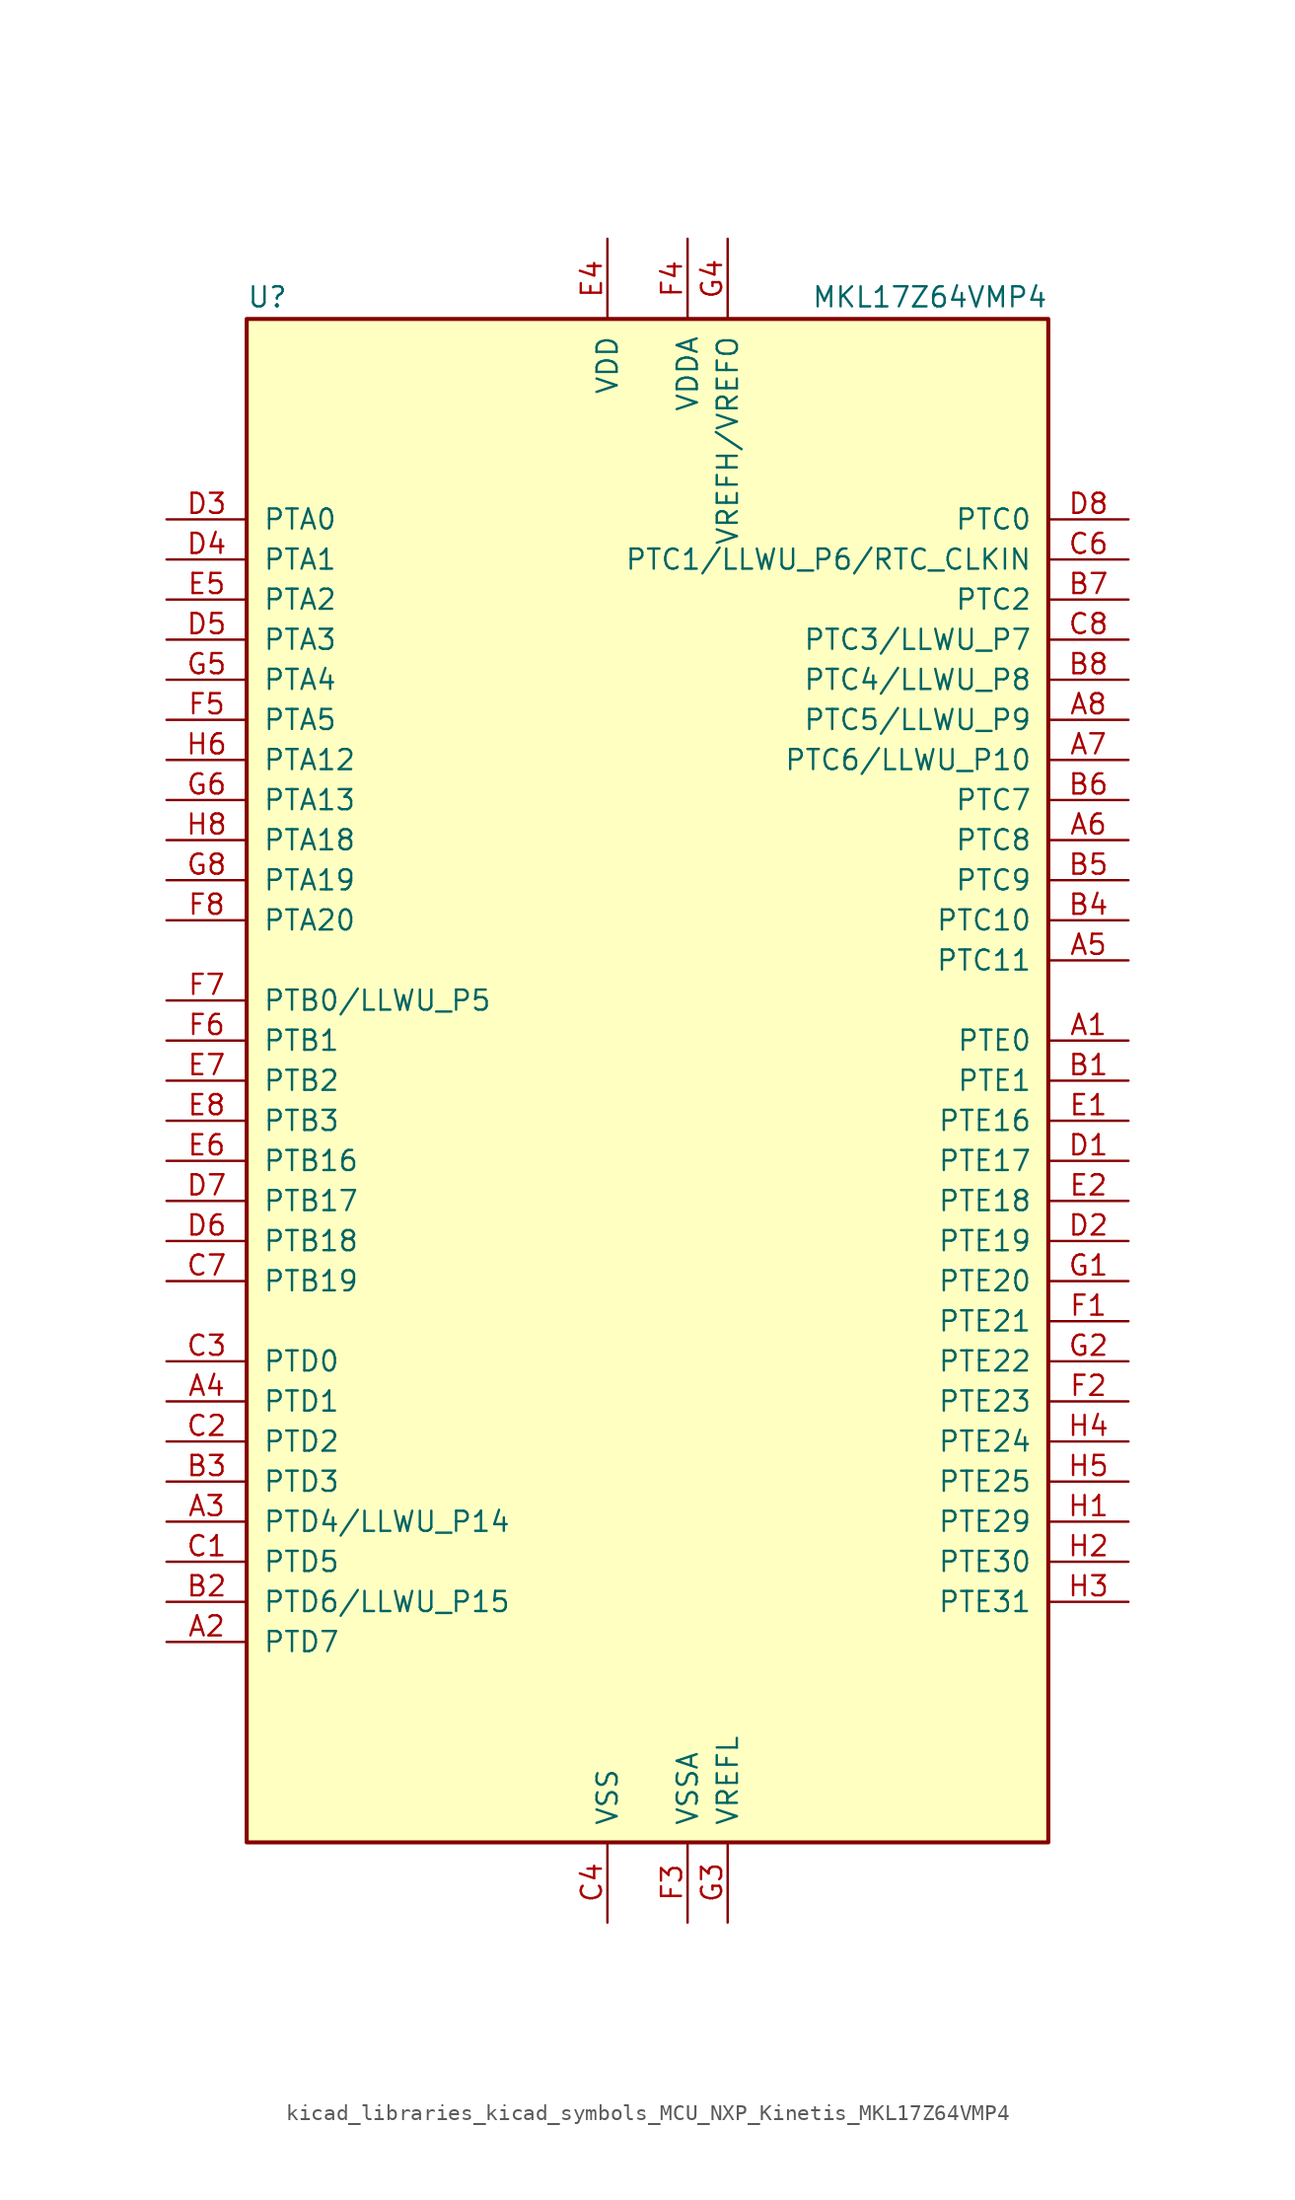
<source format=kicad_sym>
(kicad_symbol_lib
  (version 20220914)
  (generator kicad_symbol_editor)
  (symbol "kicad_libraries_kicad_symbols_MCU_NXP_Kinetis_MKL17Z64VMP4"
    (pin_names
      (offset 1.016))
    (property "Reference" "U"
      (at -25.4 48.895 0)
      (effects (font (size 1.27 1.27)) (justify left bottom)))
    (property "Value" "MKL17Z64VMP4"
      (at 25.4 48.895 0)
      (effects (font (size 1.27 1.27)) (justify right bottom)))
    (symbol "kicad_libraries_kicad_symbols_MCU_NXP_Kinetis_MKL17Z64VMP4_0_1"
      (rectangle (start -25.4 48.26) (end 25.4 -48.26) (stroke (width 0.254) (type default)) (fill (type background))))
    (symbol "kicad_libraries_kicad_symbols_MCU_NXP_Kinetis_MKL17Z64VMP4_1_1"
      (pin bidirectional line (at 30.48 2.54 180) (length 5.08) (name "PTE0" (effects (font (size 1.27 1.27)))) (number "A1" (effects (font (size 1.27 1.27)))))
      (pin bidirectional line (at -30.48 -35.56 0) (length 5.08) (name "PTD7" (effects (font (size 1.27 1.27)))) (number "A2" (effects (font (size 1.27 1.27)))))
      (pin bidirectional line (at -30.48 -27.94 0) (length 5.08) (name "PTD4/LLWU_P14" (effects (font (size 1.27 1.27)))) (number "A3" (effects (font (size 1.27 1.27)))))
      (pin bidirectional line (at -30.48 -20.32 0) (length 5.08) (name "PTD1" (effects (font (size 1.27 1.27)))) (number "A4" (effects (font (size 1.27 1.27)))))
      (pin bidirectional line (at 30.48 7.62 180) (length 5.08) (name "PTC11" (effects (font (size 1.27 1.27)))) (number "A5" (effects (font (size 1.27 1.27)))))
      (pin bidirectional line (at 30.48 15.24 180) (length 5.08) (name "PTC8" (effects (font (size 1.27 1.27)))) (number "A6" (effects (font (size 1.27 1.27)))))
      (pin bidirectional line (at 30.48 20.32 180) (length 5.08) (name "PTC6/LLWU_P10" (effects (font (size 1.27 1.27)))) (number "A7" (effects (font (size 1.27 1.27)))))
      (pin bidirectional line (at 30.48 22.86 180) (length 5.08) (name "PTC5/LLWU_P9" (effects (font (size 1.27 1.27)))) (number "A8" (effects (font (size 1.27 1.27)))))
      (pin bidirectional line (at 30.48 0 180) (length 5.08) (name "PTE1" (effects (font (size 1.27 1.27)))) (number "B1" (effects (font (size 1.27 1.27)))))
      (pin bidirectional line (at -30.48 -33.02 0) (length 5.08) (name "PTD6/LLWU_P15" (effects (font (size 1.27 1.27)))) (number "B2" (effects (font (size 1.27 1.27)))))
      (pin bidirectional line (at -30.48 -25.4 0) (length 5.08) (name "PTD3" (effects (font (size 1.27 1.27)))) (number "B3" (effects (font (size 1.27 1.27)))))
      (pin bidirectional line (at 30.48 10.16 180) (length 5.08) (name "PTC10" (effects (font (size 1.27 1.27)))) (number "B4" (effects (font (size 1.27 1.27)))))
      (pin bidirectional line (at 30.48 12.7 180) (length 5.08) (name "PTC9" (effects (font (size 1.27 1.27)))) (number "B5" (effects (font (size 1.27 1.27)))))
      (pin bidirectional line (at 30.48 17.78 180) (length 5.08) (name "PTC7" (effects (font (size 1.27 1.27)))) (number "B6" (effects (font (size 1.27 1.27)))))
      (pin bidirectional line (at 30.48 30.48 180) (length 5.08) (name "PTC2" (effects (font (size 1.27 1.27)))) (number "B7" (effects (font (size 1.27 1.27)))))
      (pin bidirectional line (at 30.48 25.4 180) (length 5.08) (name "PTC4/LLWU_P8" (effects (font (size 1.27 1.27)))) (number "B8" (effects (font (size 1.27 1.27)))))
      (pin bidirectional line (at -30.48 -30.48 0) (length 5.08) (name "PTD5" (effects (font (size 1.27 1.27)))) (number "C1" (effects (font (size 1.27 1.27)))))
      (pin bidirectional line (at -30.48 -22.86 0) (length 5.08) (name "PTD2" (effects (font (size 1.27 1.27)))) (number "C2" (effects (font (size 1.27 1.27)))))
      (pin bidirectional line (at -30.48 -17.78 0) (length 5.08) (name "PTD0" (effects (font (size 1.27 1.27)))) (number "C3" (effects (font (size 1.27 1.27)))))
      (pin power_in line (at -2.54 -53.34 90) (length 5.08) (name "VSS" (effects (font (size 1.27 1.27)))) (number "C4" (effects (font (size 1.27 1.27)))))
      (pin no_connect line (at -15.24 -48.26 90) (length 5.08) hide (name "NC" (effects (font (size 1.27 1.27)))) (number "C5" (effects (font (size 1.27 1.27)))))
      (pin bidirectional line (at 30.48 33.02 180) (length 5.08) (name "PTC1/LLWU_P6/RTC_CLKIN" (effects (font (size 1.27 1.27)))) (number "C6" (effects (font (size 1.27 1.27)))))
      (pin bidirectional line (at -30.48 -12.7 0) (length 5.08) (name "PTB19" (effects (font (size 1.27 1.27)))) (number "C7" (effects (font (size 1.27 1.27)))))
      (pin bidirectional line (at 30.48 27.94 180) (length 5.08) (name "PTC3/LLWU_P7" (effects (font (size 1.27 1.27)))) (number "C8" (effects (font (size 1.27 1.27)))))
      (pin bidirectional line (at 30.48 -5.08 180) (length 5.08) (name "PTE17" (effects (font (size 1.27 1.27)))) (number "D1" (effects (font (size 1.27 1.27)))))
      (pin bidirectional line (at 30.48 -10.16 180) (length 5.08) (name "PTE19" (effects (font (size 1.27 1.27)))) (number "D2" (effects (font (size 1.27 1.27)))))
      (pin bidirectional line (at -30.48 35.56 0) (length 5.08) (name "PTA0" (effects (font (size 1.27 1.27)))) (number "D3" (effects (font (size 1.27 1.27)))))
      (pin bidirectional line (at -30.48 33.02 0) (length 5.08) (name "PTA1" (effects (font (size 1.27 1.27)))) (number "D4" (effects (font (size 1.27 1.27)))))
      (pin bidirectional line (at -30.48 27.94 0) (length 5.08) (name "PTA3" (effects (font (size 1.27 1.27)))) (number "D5" (effects (font (size 1.27 1.27)))))
      (pin bidirectional line (at -30.48 -10.16 0) (length 5.08) (name "PTB18" (effects (font (size 1.27 1.27)))) (number "D6" (effects (font (size 1.27 1.27)))))
      (pin bidirectional line (at -30.48 -7.62 0) (length 5.08) (name "PTB17" (effects (font (size 1.27 1.27)))) (number "D7" (effects (font (size 1.27 1.27)))))
      (pin bidirectional line (at 30.48 35.56 180) (length 5.08) (name "PTC0" (effects (font (size 1.27 1.27)))) (number "D8" (effects (font (size 1.27 1.27)))))
      (pin bidirectional line (at 30.48 -2.54 180) (length 5.08) (name "PTE16" (effects (font (size 1.27 1.27)))) (number "E1" (effects (font (size 1.27 1.27)))))
      (pin bidirectional line (at 30.48 -7.62 180) (length 5.08) (name "PTE18" (effects (font (size 1.27 1.27)))) (number "E2" (effects (font (size 1.27 1.27)))))
      (pin passive line (at -2.54 -53.34 90) (length 5.08) hide (name "VSS" (effects (font (size 1.27 1.27)))) (number "E3" (effects (font (size 1.27 1.27)))))
      (pin power_in line (at -2.54 53.34 270) (length 5.08) (name "VDD" (effects (font (size 1.27 1.27)))) (number "E4" (effects (font (size 1.27 1.27)))))
      (pin bidirectional line (at -30.48 30.48 0) (length 5.08) (name "PTA2" (effects (font (size 1.27 1.27)))) (number "E5" (effects (font (size 1.27 1.27)))))
      (pin bidirectional line (at -30.48 -5.08 0) (length 5.08) (name "PTB16" (effects (font (size 1.27 1.27)))) (number "E6" (effects (font (size 1.27 1.27)))))
      (pin bidirectional line (at -30.48 0 0) (length 5.08) (name "PTB2" (effects (font (size 1.27 1.27)))) (number "E7" (effects (font (size 1.27 1.27)))))
      (pin bidirectional line (at -30.48 -2.54 0) (length 5.08) (name "PTB3" (effects (font (size 1.27 1.27)))) (number "E8" (effects (font (size 1.27 1.27)))))
      (pin bidirectional line (at 30.48 -15.24 180) (length 5.08) (name "PTE21" (effects (font (size 1.27 1.27)))) (number "F1" (effects (font (size 1.27 1.27)))))
      (pin bidirectional line (at 30.48 -20.32 180) (length 5.08) (name "PTE23" (effects (font (size 1.27 1.27)))) (number "F2" (effects (font (size 1.27 1.27)))))
      (pin power_in line (at 2.54 -53.34 90) (length 5.08) (name "VSSA" (effects (font (size 1.27 1.27)))) (number "F3" (effects (font (size 1.27 1.27)))))
      (pin power_in line (at 2.54 53.34 270) (length 5.08) (name "VDDA" (effects (font (size 1.27 1.27)))) (number "F4" (effects (font (size 1.27 1.27)))))
      (pin bidirectional line (at -30.48 22.86 0) (length 5.08) (name "PTA5" (effects (font (size 1.27 1.27)))) (number "F5" (effects (font (size 1.27 1.27)))))
      (pin bidirectional line (at -30.48 2.54 0) (length 5.08) (name "PTB1" (effects (font (size 1.27 1.27)))) (number "F6" (effects (font (size 1.27 1.27)))))
      (pin bidirectional line (at -30.48 5.08 0) (length 5.08) (name "PTB0/LLWU_P5" (effects (font (size 1.27 1.27)))) (number "F7" (effects (font (size 1.27 1.27)))))
      (pin bidirectional line (at -30.48 10.16 0) (length 5.08) (name "PTA20" (effects (font (size 1.27 1.27)))) (number "F8" (effects (font (size 1.27 1.27)))))
      (pin bidirectional line (at 30.48 -12.7 180) (length 5.08) (name "PTE20" (effects (font (size 1.27 1.27)))) (number "G1" (effects (font (size 1.27 1.27)))))
      (pin bidirectional line (at 30.48 -17.78 180) (length 5.08) (name "PTE22" (effects (font (size 1.27 1.27)))) (number "G2" (effects (font (size 1.27 1.27)))))
      (pin power_in line (at 5.08 -53.34 90) (length 5.08) (name "VREFL" (effects (font (size 1.27 1.27)))) (number "G3" (effects (font (size 1.27 1.27)))))
      (pin power_in line (at 5.08 53.34 270) (length 5.08) (name "VREFH/VREFO" (effects (font (size 1.27 1.27)))) (number "G4" (effects (font (size 1.27 1.27)))))
      (pin bidirectional line (at -30.48 25.4 0) (length 5.08) (name "PTA4" (effects (font (size 1.27 1.27)))) (number "G5" (effects (font (size 1.27 1.27)))))
      (pin bidirectional line (at -30.48 17.78 0) (length 5.08) (name "PTA13" (effects (font (size 1.27 1.27)))) (number "G6" (effects (font (size 1.27 1.27)))))
      (pin passive line (at -2.54 53.34 270) (length 5.08) hide (name "VDD" (effects (font (size 1.27 1.27)))) (number "G7" (effects (font (size 1.27 1.27)))))
      (pin bidirectional line (at -30.48 12.7 0) (length 5.08) (name "PTA19" (effects (font (size 1.27 1.27)))) (number "G8" (effects (font (size 1.27 1.27)))))
      (pin bidirectional line (at 30.48 -27.94 180) (length 5.08) (name "PTE29" (effects (font (size 1.27 1.27)))) (number "H1" (effects (font (size 1.27 1.27)))))
      (pin bidirectional line (at 30.48 -30.48 180) (length 5.08) (name "PTE30" (effects (font (size 1.27 1.27)))) (number "H2" (effects (font (size 1.27 1.27)))))
      (pin bidirectional line (at 30.48 -33.02 180) (length 5.08) (name "PTE31" (effects (font (size 1.27 1.27)))) (number "H3" (effects (font (size 1.27 1.27)))))
      (pin bidirectional line (at 30.48 -22.86 180) (length 5.08) (name "PTE24" (effects (font (size 1.27 1.27)))) (number "H4" (effects (font (size 1.27 1.27)))))
      (pin bidirectional line (at 30.48 -25.4 180) (length 5.08) (name "PTE25" (effects (font (size 1.27 1.27)))) (number "H5" (effects (font (size 1.27 1.27)))))
      (pin bidirectional line (at -30.48 20.32 0) (length 5.08) (name "PTA12" (effects (font (size 1.27 1.27)))) (number "H6" (effects (font (size 1.27 1.27)))))
      (pin passive line (at -2.54 -53.34 90) (length 5.08) hide (name "VSS" (effects (font (size 1.27 1.27)))) (number "H7" (effects (font (size 1.27 1.27)))))
      (pin bidirectional line (at -30.48 15.24 0) (length 5.08) (name "PTA18" (effects (font (size 1.27 1.27)))) (number "H8" (effects (font (size 1.27 1.27))))))))
</source>
